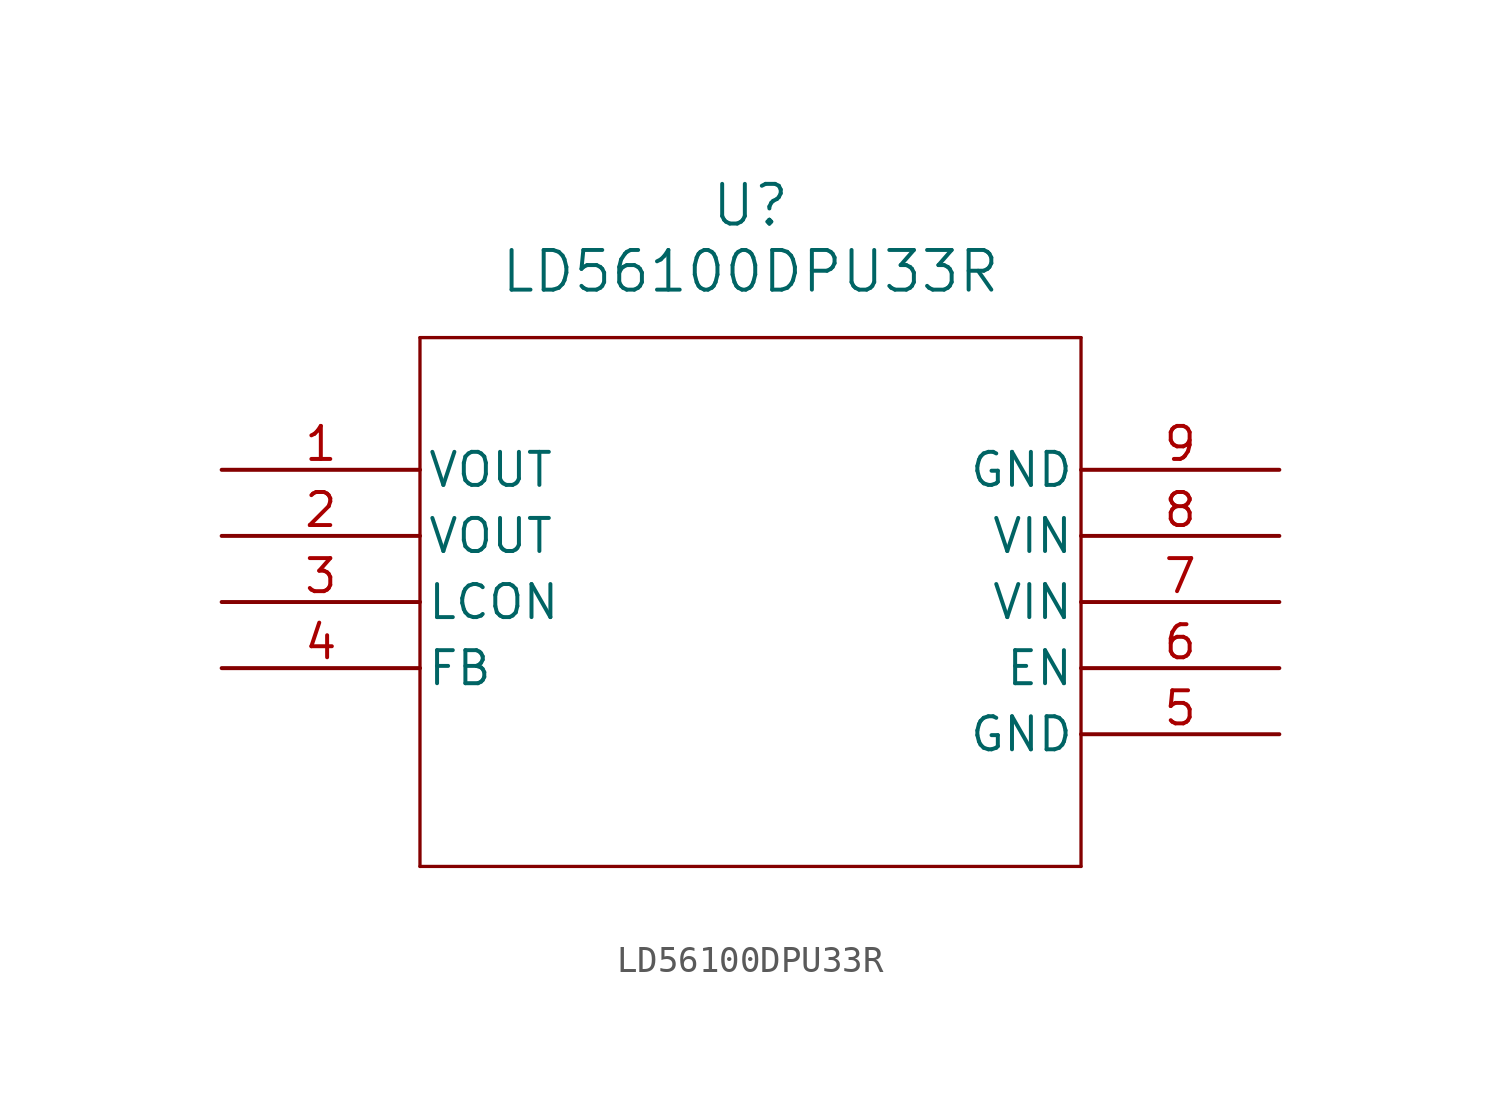
<source format=kicad_sym>
(kicad_symbol_lib
  (version 20211014)
  (generator kicad_symbol_editor)
  (symbol "LD56100DPU33R"
    (pin_names
      (offset 0.254))
    (property "Reference" "U"
      (at 20.32 10.16 0)
      (effects (font (size 1.524 1.524))))
    (property "Value" "LD56100DPU33R"
      (at 20.32 7.62 0)
      (effects (font (size 1.524 1.524))))
    (symbol "LD56100DPU33R_0_1"
      (polyline (pts (xy 7.62 5.08) (xy 7.62 -15.24)) (stroke (width 0.127) (type default) (color 0 0 0 0)) (fill (type none)))
      (polyline (pts (xy 7.62 -15.24) (xy 33.02 -15.24)) (stroke (width 0.127) (type default) (color 0 0 0 0)) (fill (type none)))
      (polyline (pts (xy 33.02 -15.24) (xy 33.02 5.08)) (stroke (width 0.127) (type default) (color 0 0 0 0)) (fill (type none)))
      (polyline (pts (xy 33.02 5.08) (xy 7.62 5.08)) (stroke (width 0.127) (type default) (color 0 0 0 0)) (fill (type none)))
      (pin output line (at 0 0 0) (length 7.62) (name "VOUT" (effects (font (size 1.27 1.27)))) (number "1" (effects (font (size 1.27 1.27)))))
      (pin output line (at 0 -2.54 0) (length 7.62) (name "VOUT" (effects (font (size 1.27 1.27)))) (number "2" (effects (font (size 1.27 1.27)))))
      (pin input line (at 0 -5.08 0) (length 7.62) (name "LCON" (effects (font (size 1.27 1.27)))) (number "3" (effects (font (size 1.27 1.27)))))
      (pin unspecified line (at 0 -7.62 0) (length 7.62) (name "FB" (effects (font (size 1.27 1.27)))) (number "4" (effects (font (size 1.27 1.27)))))
      (pin power_out line (at 40.64 -10.16 180) (length 7.62) (name "GND" (effects (font (size 1.27 1.27)))) (number "5" (effects (font (size 1.27 1.27)))))
      (pin input line (at 40.64 -7.62 180) (length 7.62) (name "EN" (effects (font (size 1.27 1.27)))) (number "6" (effects (font (size 1.27 1.27)))))
      (pin power_in line (at 40.64 -5.08 180) (length 7.62) (name "VIN" (effects (font (size 1.27 1.27)))) (number "7" (effects (font (size 1.27 1.27)))))
      (pin power_in line (at 40.64 -2.54 180) (length 7.62) (name "VIN" (effects (font (size 1.27 1.27)))) (number "8" (effects (font (size 1.27 1.27)))))
      (pin power_out line (at 40.64 0 180) (length 7.62) (name "GND" (effects (font (size 1.27 1.27)))) (number "9" (effects (font (size 1.27 1.27))))))))
</source>
